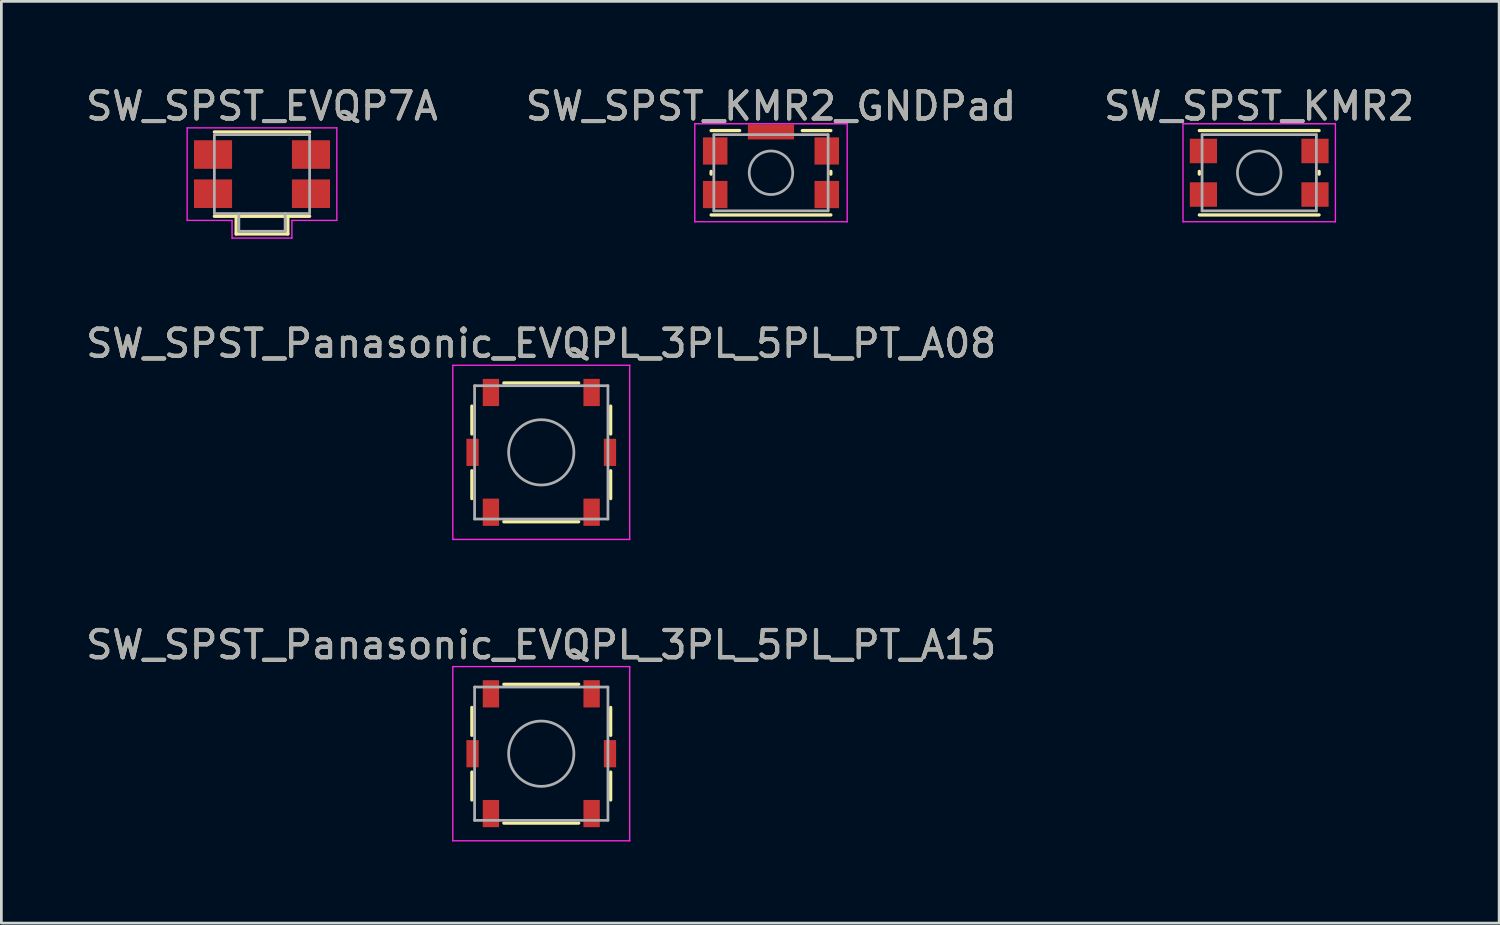
<source format=kicad_pcb>
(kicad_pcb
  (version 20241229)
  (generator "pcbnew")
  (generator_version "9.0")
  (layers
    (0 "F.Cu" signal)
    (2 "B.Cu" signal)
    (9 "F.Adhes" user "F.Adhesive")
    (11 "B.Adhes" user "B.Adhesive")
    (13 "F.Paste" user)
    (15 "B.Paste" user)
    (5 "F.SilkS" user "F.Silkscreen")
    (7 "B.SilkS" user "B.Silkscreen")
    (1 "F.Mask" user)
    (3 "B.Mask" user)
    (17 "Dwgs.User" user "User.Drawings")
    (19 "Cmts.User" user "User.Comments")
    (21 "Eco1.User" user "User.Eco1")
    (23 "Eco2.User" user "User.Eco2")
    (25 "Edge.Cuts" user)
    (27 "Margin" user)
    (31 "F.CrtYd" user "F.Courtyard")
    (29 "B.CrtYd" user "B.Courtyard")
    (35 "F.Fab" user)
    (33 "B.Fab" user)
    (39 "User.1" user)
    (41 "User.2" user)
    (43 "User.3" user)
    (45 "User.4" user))
  (footprint "SW_SPST_EVQP7A"
    (layer "F.Cu")
    (at 6.577 3.348)
    (property "Reference" "SW_SPST_EVQP7A" (at 0 -2.5 0) (layer "F.SilkS") (effects (font (size 1 1) (thickness 0.15))))
    (attr smd)
    (fp_line (start -1.75 -1.55) (end 1.75 -1.55) (stroke (width 0.12) (type solid)) (layer "F.SilkS"))
    (fp_line (start -0.95 2.2) (end -0.95 1.55) (stroke (width 0.12) (type solid)) (layer "F.SilkS"))
    (fp_line (start 0.95 1.55) (end 0.95 2.2) (stroke (width 0.12) (type solid)) (layer "F.SilkS"))
    (fp_line (start 0.95 2.2) (end -0.95 2.2) (stroke (width 0.12) (type solid)) (layer "F.SilkS"))
    (fp_line (start 1.75 1.55) (end -1.75 1.55) (stroke (width 0.12) (type solid)) (layer "F.SilkS"))
    (fp_line (start -2.75 -1.7) (end 2.75 -1.7) (stroke (width 0.05) (type solid)) (layer "F.CrtYd"))
    (fp_line (start -2.75 1.7) (end -2.75 -1.7) (stroke (width 0.05) (type solid)) (layer "F.CrtYd"))
    (fp_line (start -1.1 1.7) (end -2.75 1.7) (stroke (width 0.05) (type solid)) (layer "F.CrtYd"))
    (fp_line (start -1.1 2.35) (end -1.1 1.7) (stroke (width 0.05) (type solid)) (layer "F.CrtYd"))
    (fp_line (start 1.1 1.7) (end 1.1 2.35) (stroke (width 0.05) (type solid)) (layer "F.CrtYd"))
    (fp_line (start 1.1 2.35) (end -1.1 2.35) (stroke (width 0.05) (type solid)) (layer "F.CrtYd"))
    (fp_line (start 2.75 -1.7) (end 2.75 1.7) (stroke (width 0.05) (type solid)) (layer "F.CrtYd"))
    (fp_line (start 2.75 1.7) (end 1.1 1.7) (stroke (width 0.05) (type solid)) (layer "F.CrtYd"))
    (fp_line (start -1.75 -1.45) (end 1.75 -1.45) (stroke (width 0.1) (type solid)) (layer "F.Fab"))
    (fp_line (start -1.75 1.45) (end -1.75 -1.4) (stroke (width 0.1) (type solid)) (layer "F.Fab"))
    (fp_line (start -0.85 2.1) (end -0.85 1.45) (stroke (width 0.1) (type solid)) (layer "F.Fab"))
    (fp_line (start -0.85 2.1) (end 0.85 2.1) (stroke (width 0.1) (type solid)) (layer "F.Fab"))
    (fp_line (start 0.85 2.1) (end 0.85 1.45) (stroke (width 0.1) (type solid)) (layer "F.Fab"))
    (fp_line (start 1.75 -1.45) (end 1.75 1.45) (stroke (width 0.1) (type solid)) (layer "F.Fab"))
    (fp_line (start 1.75 1.45) (end -1.75 1.45) (stroke (width 0.1) (type solid)) (layer "F.Fab"))
    (fp_text user "${REFERENCE}" (at 0 -2.5 0) (layer "F.Fab") (effects (font (size 1 1) (thickness 0.15))))
    (pad "1" smd rect (at -1.8 -0.72) (size 1.4 1.05) (layers "F.Cu" "F.Mask" "F.Paste"))
    (pad "1" smd rect (at 1.8 -0.72) (size 1.4 1.05) (layers "F.Cu" "F.Mask" "F.Paste"))
    (pad "2" smd rect (at -1.8 0.72) (size 1.4 1.05) (layers "F.Cu" "F.Mask" "F.Paste"))
    (pad "2" smd rect (at 1.8 0.72) (size 1.4 1.05) (layers "F.Cu" "F.Mask" "F.Paste")))
  (footprint "SW_SPST_Panasonic_EVQPL_3PL_5PL_PT_A15"
    (layer "F.Cu")
    (at 16.839 24.645)
    (property "Reference" "SW_SPST_Panasonic_EVQPL_3PL_5PL_PT_A15" (at 0 -4 0) (layer "F.SilkS") (effects (font (size 1 1) (thickness 0.15))))
    (attr smd)
    (fp_line (start -2.55 -1.7) (end -2.55 -0.675) (stroke (width 0.12) (type solid)) (layer "F.SilkS"))
    (fp_line (start -2.55 0.675) (end -2.55 1.7) (stroke (width 0.12) (type solid)) (layer "F.SilkS"))
    (fp_line (start -1.375 -2.55) (end 1.375 -2.55) (stroke (width 0.12) (type solid)) (layer "F.SilkS"))
    (fp_line (start -1.375 2.55) (end 1.375 2.55) (stroke (width 0.12) (type solid)) (layer "F.SilkS"))
    (fp_line (start 2.55 -1.7) (end 2.55 -0.675) (stroke (width 0.12) (type solid)) (layer "F.SilkS"))
    (fp_line (start 2.55 0.675) (end 2.55 1.7) (stroke (width 0.12) (type solid)) (layer "F.SilkS"))
    (fp_line (start -3.25 -3.2) (end 3.25 -3.2) (stroke (width 0.05) (type solid)) (layer "F.CrtYd"))
    (fp_line (start -3.25 3.2) (end -3.25 -3.2) (stroke (width 0.05) (type solid)) (layer "F.CrtYd"))
    (fp_line (start -3.25 3.2) (end 3.25 3.2) (stroke (width 0.05) (type solid)) (layer "F.CrtYd"))
    (fp_line (start 3.25 3.2) (end 3.25 -3.2) (stroke (width 0.05) (type solid)) (layer "F.CrtYd"))
    (fp_line (start -2.45 -2.45) (end -2.45 2.45) (stroke (width 0.1) (type solid)) (layer "F.Fab"))
    (fp_line (start -2.45 -2.45) (end 2.45 -2.45) (stroke (width 0.1) (type solid)) (layer "F.Fab"))
    (fp_line (start 2.45 -2.45) (end 2.45 2.45) (stroke (width 0.1) (type solid)) (layer "F.Fab"))
    (fp_line (start 2.45 2.45) (end -2.45 2.45) (stroke (width 0.1) (type solid)) (layer "F.Fab"))
    (fp_circle (center 0 0) (end 1.2 0) (stroke (width 0.1) (type solid)) (fill no) (layer "F.Fab"))
    (fp_text user "${REFERENCE}" (at 0 -4 0) (layer "F.Fab") (effects (font (size 1 1) (thickness 0.15))))
    (pad "0" smd rect (at -2.525 0) (size 0.45 1) (layers "F.Cu" "F.Mask" "F.Paste"))
    (pad "0" smd rect (at 2.525 0) (size 0.45 1) (layers "F.Cu" "F.Mask" "F.Paste"))
    (pad "1" smd rect (at -1.85 -2.2) (size 0.6 1) (layers "F.Cu" "F.Mask" "F.Paste"))
    (pad "1" smd rect (at -1.85 2.2) (size 0.6 1) (layers "F.Cu" "F.Mask" "F.Paste"))
    (pad "2" smd rect (at 1.85 -2.2) (size 0.6 1) (layers "F.Cu" "F.Mask" "F.Paste"))
    (pad "2" smd rect (at 1.85 2.2) (size 0.6 1) (layers "F.Cu" "F.Mask" "F.Paste")))
  (footprint "SW_SPST_KMR2"
    (layer "F.Cu")
    (at 43.22 3.298)
    (property "Reference" "SW_SPST_KMR2" (at 0 -2.45 0) (layer "F.SilkS") (effects (font (size 1 1) (thickness 0.15))))
    (attr smd)
    (fp_line (start -2.2 0.05) (end -2.2 -0.05) (stroke (width 0.12) (type solid)) (layer "F.SilkS"))
    (fp_line (start -2.2 1.55) (end 2.2 1.55) (stroke (width 0.12) (type solid)) (layer "F.SilkS"))
    (fp_line (start 2.2 -1.55) (end -2.2 -1.55) (stroke (width 0.12) (type solid)) (layer "F.SilkS"))
    (fp_line (start 2.2 0.05) (end 2.2 -0.05) (stroke (width 0.12) (type solid)) (layer "F.SilkS"))
    (fp_line (start -2.8 -1.8) (end 2.8 -1.8) (stroke (width 0.05) (type solid)) (layer "F.CrtYd"))
    (fp_line (start -2.8 1.8) (end -2.8 -1.8) (stroke (width 0.05) (type solid)) (layer "F.CrtYd"))
    (fp_line (start 2.8 -1.8) (end 2.8 1.8) (stroke (width 0.05) (type solid)) (layer "F.CrtYd"))
    (fp_line (start 2.8 1.8) (end -2.8 1.8) (stroke (width 0.05) (type solid)) (layer "F.CrtYd"))
    (fp_line (start -2.1 -1.4) (end 2.1 -1.4) (stroke (width 0.1) (type solid)) (layer "F.Fab"))
    (fp_line (start -2.1 1.4) (end -2.1 -1.4) (stroke (width 0.1) (type solid)) (layer "F.Fab"))
    (fp_line (start 2.1 -1.4) (end 2.1 1.4) (stroke (width 0.1) (type solid)) (layer "F.Fab"))
    (fp_line (start 2.1 1.4) (end -2.1 1.4) (stroke (width 0.1) (type solid)) (layer "F.Fab"))
    (fp_circle (center 0 0) (end 0 0.8) (stroke (width 0.1) (type solid)) (fill no) (layer "F.Fab"))
    (fp_text user "${REFERENCE}" (at 0 -2.45 0) (layer "F.Fab") (effects (font (size 1 1) (thickness 0.15))))
    (pad "1" smd rect (at -2.05 -0.8 90) (size 0.9 1) (layers "F.Cu" "F.Mask" "F.Paste"))
    (pad "1" smd rect (at 2.05 -0.8 90) (size 0.9 1) (layers "F.Cu" "F.Mask" "F.Paste"))
    (pad "2" smd rect (at -2.05 0.8 90) (size 0.9 1) (layers "F.Cu" "F.Mask" "F.Paste"))
    (pad "2" smd rect (at 2.05 0.8 90) (size 0.9 1) (layers "F.Cu" "F.Mask" "F.Paste")))
  (footprint "SW_SPST_KMR2_GNDPad"
    (layer "F.Cu")
    (at 25.28 3.298)
    (property "Reference" "SW_SPST_KMR2_GNDPad" (at 0 -2.45 0) (layer "F.SilkS") (effects (font (size 1 1) (thickness 0.15))))
    (attr smd)
    (fp_line (start -2.2 0.05) (end -2.2 -0.05) (stroke (width 0.12) (type solid)) (layer "F.SilkS"))
    (fp_line (start -2.2 1.55) (end 2.2 1.55) (stroke (width 0.12) (type solid)) (layer "F.SilkS"))
    (fp_line (start -1.15 -1.55) (end -2.2 -1.55) (stroke (width 0.12) (type solid)) (layer "F.SilkS"))
    (fp_line (start 2.2 -1.55) (end 1.15 -1.55) (stroke (width 0.12) (type solid)) (layer "F.SilkS"))
    (fp_line (start 2.2 0.05) (end 2.2 -0.05) (stroke (width 0.12) (type solid)) (layer "F.SilkS"))
    (fp_line (start -2.8 -1.8) (end 2.8 -1.8) (stroke (width 0.05) (type solid)) (layer "F.CrtYd"))
    (fp_line (start -2.8 1.8) (end -2.8 -1.8) (stroke (width 0.05) (type solid)) (layer "F.CrtYd"))
    (fp_line (start 2.8 -1.8) (end 2.8 1.8) (stroke (width 0.05) (type solid)) (layer "F.CrtYd"))
    (fp_line (start 2.8 1.8) (end -2.8 1.8) (stroke (width 0.05) (type solid)) (layer "F.CrtYd"))
    (fp_line (start -2.1 -1.4) (end 2.1 -1.4) (stroke (width 0.1) (type solid)) (layer "F.Fab"))
    (fp_line (start -2.1 1.4) (end -2.1 -1.4) (stroke (width 0.1) (type solid)) (layer "F.Fab"))
    (fp_line (start 2.1 -1.4) (end 2.1 1.4) (stroke (width 0.1) (type solid)) (layer "F.Fab"))
    (fp_line (start 2.1 1.4) (end -2.1 1.4) (stroke (width 0.1) (type solid)) (layer "F.Fab"))
    (fp_circle (center 0 0) (end 0 0.8) (stroke (width 0.1) (type solid)) (fill no) (layer "F.Fab"))
    (fp_text user "${REFERENCE}" (at 0 -2.45 0) (layer "F.Fab") (effects (font (size 1 1) (thickness 0.15))))
    (pad "1" smd rect (at -2.05 -0.8) (size 0.9 1) (layers "F.Cu" "F.Mask" "F.Paste"))
    (pad "1" smd rect (at 2.05 -0.8) (size 0.9 1) (layers "F.Cu" "F.Mask" "F.Paste"))
    (pad "2" smd rect (at -2.05 0.8) (size 0.9 1) (layers "F.Cu" "F.Mask" "F.Paste"))
    (pad "2" smd rect (at 2.05 0.8) (size 0.9 1) (layers "F.Cu" "F.Mask" "F.Paste"))
    (pad "3" smd rect (at 0 -1.5) (size 1.7 0.55) (layers "F.Cu" "F.Mask" "F.Paste")))
  (footprint "SW_SPST_Panasonic_EVQPL_3PL_5PL_PT_A08"
    (layer "F.Cu")
    (at 16.839 13.572)
    (property "Reference" "SW_SPST_Panasonic_EVQPL_3PL_5PL_PT_A08" (at 0 -4 0) (layer "F.SilkS") (effects (font (size 1 1) (thickness 0.15))))
    (attr smd)
    (fp_line (start -2.55 -1.7) (end -2.55 -0.675) (stroke (width 0.12) (type solid)) (layer "F.SilkS"))
    (fp_line (start -2.55 0.675) (end -2.55 1.7) (stroke (width 0.12) (type solid)) (layer "F.SilkS"))
    (fp_line (start -1.375 -2.55) (end 1.375 -2.55) (stroke (width 0.12) (type solid)) (layer "F.SilkS"))
    (fp_line (start -1.375 2.55) (end 1.375 2.55) (stroke (width 0.12) (type solid)) (layer "F.SilkS"))
    (fp_line (start 2.55 -1.7) (end 2.55 -0.675) (stroke (width 0.12) (type solid)) (layer "F.SilkS"))
    (fp_line (start 2.55 0.675) (end 2.55 1.7) (stroke (width 0.12) (type solid)) (layer "F.SilkS"))
    (fp_line (start -3.25 -3.2) (end 3.25 -3.2) (stroke (width 0.05) (type solid)) (layer "F.CrtYd"))
    (fp_line (start -3.25 3.2) (end -3.25 -3.2) (stroke (width 0.05) (type solid)) (layer "F.CrtYd"))
    (fp_line (start -3.25 3.2) (end 3.25 3.2) (stroke (width 0.05) (type solid)) (layer "F.CrtYd"))
    (fp_line (start 3.25 3.2) (end 3.25 -3.2) (stroke (width 0.05) (type solid)) (layer "F.CrtYd"))
    (fp_line (start -2.45 -2.45) (end -2.45 2.45) (stroke (width 0.1) (type solid)) (layer "F.Fab"))
    (fp_line (start -2.45 -2.45) (end 2.45 -2.45) (stroke (width 0.1) (type solid)) (layer "F.Fab"))
    (fp_line (start 2.45 -2.45) (end 2.45 2.45) (stroke (width 0.1) (type solid)) (layer "F.Fab"))
    (fp_line (start 2.45 2.45) (end -2.45 2.45) (stroke (width 0.1) (type solid)) (layer "F.Fab"))
    (fp_circle (center 0 0) (end 1.2 0) (stroke (width 0.1) (type solid)) (fill no) (layer "F.Fab"))
    (fp_text user "${REFERENCE}" (at 0 -4 0) (layer "F.Fab") (effects (font (size 1 1) (thickness 0.15))))
    (pad "0" smd rect (at -2.525 0) (size 0.45 1) (layers "F.Cu" "F.Mask" "F.Paste"))
    (pad "0" smd rect (at 2.525 0) (size 0.45 1) (layers "F.Cu" "F.Mask" "F.Paste"))
    (pad "1" smd rect (at -1.85 -2.2) (size 0.6 1) (layers "F.Cu" "F.Mask" "F.Paste"))
    (pad "1" smd rect (at -1.85 2.2) (size 0.6 1) (layers "F.Cu" "F.Mask" "F.Paste"))
    (pad "2" smd rect (at 1.85 -2.2) (size 0.6 1) (layers "F.Cu" "F.Mask" "F.Paste"))
    (pad "2" smd rect (at 1.85 2.2) (size 0.6 1) (layers "F.Cu" "F.Mask" "F.Paste")))
  (gr_rect
    (start -3 -3)
    (end 52.036 30.87)
    (stroke (width 0.1) (type default))
    (fill no)
    (layer "Edge.Cuts")))
</source>
